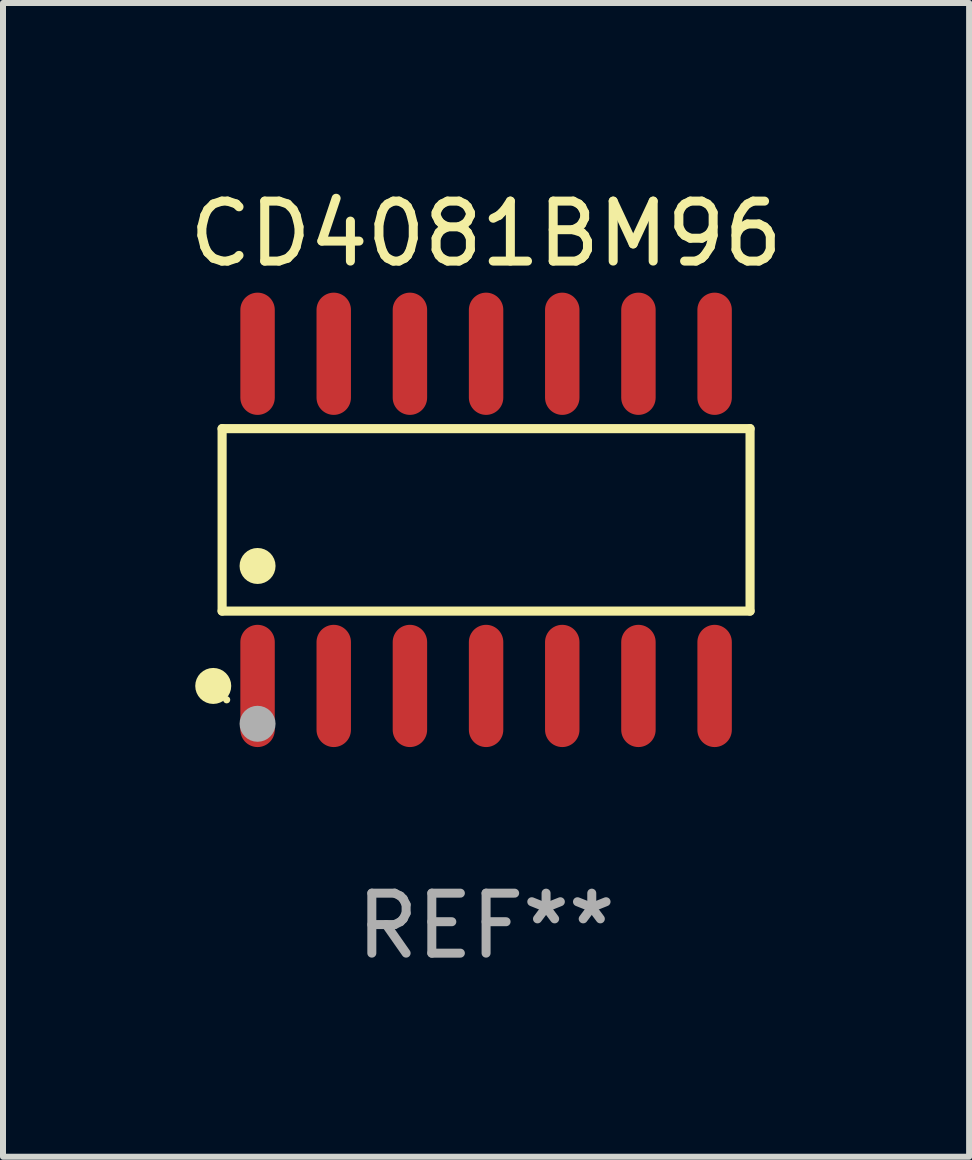
<source format=kicad_pcb>
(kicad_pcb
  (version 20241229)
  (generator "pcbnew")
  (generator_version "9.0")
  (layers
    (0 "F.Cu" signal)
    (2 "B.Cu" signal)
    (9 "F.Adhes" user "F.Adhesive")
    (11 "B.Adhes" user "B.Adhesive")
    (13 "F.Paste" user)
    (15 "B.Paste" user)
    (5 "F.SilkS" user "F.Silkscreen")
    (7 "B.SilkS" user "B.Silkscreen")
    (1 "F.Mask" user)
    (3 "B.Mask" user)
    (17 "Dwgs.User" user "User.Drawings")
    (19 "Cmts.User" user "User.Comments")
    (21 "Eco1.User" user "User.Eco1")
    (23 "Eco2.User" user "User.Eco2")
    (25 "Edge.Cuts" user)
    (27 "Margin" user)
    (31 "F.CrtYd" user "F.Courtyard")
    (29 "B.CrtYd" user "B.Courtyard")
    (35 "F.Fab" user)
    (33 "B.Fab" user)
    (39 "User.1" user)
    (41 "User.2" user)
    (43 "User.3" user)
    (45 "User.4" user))
  (footprint "CD4081BM96"
    (layer "F.Cu")
    (at 5.054 5.617)
    (property "Reference" "CD4081BM96" (at 0 -4.769 0) (layer "F.SilkS") (effects (font (size 1 1) (thickness 0.15))))
    (attr through_hole)
    (fp_line (start -4.401 -1.521) (end 4.401 -1.521) (stroke (width 0.152) (type solid)) (layer "F.SilkS"))
    (fp_line (start -4.401 1.521) (end -4.401 -1.521) (stroke (width 0.152) (type solid)) (layer "F.SilkS"))
    (fp_line (start 4.401 -1.521) (end 4.401 1.521) (stroke (width 0.152) (type solid)) (layer "F.SilkS"))
    (fp_line (start 4.401 1.521) (end -4.401 1.521) (stroke (width 0.152) (type solid)) (layer "F.SilkS"))
    (fp_circle (center -4.549 2.769) (end -4.399 2.769) (stroke (width 0.3) (type solid)) (fill no) (layer "F.SilkS"))
    (fp_circle (center -4.325 3) (end -4.295 3) (stroke (width 0.06) (type solid)) (fill no) (layer "F.SilkS"))
    (fp_circle (center -3.81 0.769) (end -3.66 0.769) (stroke (width 0.3) (type solid)) (fill no) (layer "F.SilkS"))
    (fp_circle (center -3.81 3.4) (end -3.66 3.4) (stroke (width 0.3) (type solid)) (fill no) (layer "F.Fab"))
    (fp_text user "REF**" (at 0 6.769 0) (layer "F.Fab") (effects (font (size 1 1) (thickness 0.15))))
    (pad "1" smd oval (at -3.81 2.769) (size 0.574 2.038) (layers "F.Cu" "F.Mask" "F.Paste"))
    (pad "2" smd oval (at -2.54 2.769) (size 0.574 2.038) (layers "F.Cu" "F.Mask" "F.Paste"))
    (pad "3" smd oval (at -1.27 2.769) (size 0.574 2.038) (layers "F.Cu" "F.Mask" "F.Paste"))
    (pad "4" smd oval (at 0 2.769) (size 0.574 2.038) (layers "F.Cu" "F.Mask" "F.Paste"))
    (pad "5" smd oval (at 1.27 2.769) (size 0.574 2.038) (layers "F.Cu" "F.Mask" "F.Paste"))
    (pad "6" smd oval (at 2.54 2.769) (size 0.574 2.038) (layers "F.Cu" "F.Mask" "F.Paste"))
    (pad "7" smd oval (at 3.81 2.769) (size 0.574 2.038) (layers "F.Cu" "F.Mask" "F.Paste"))
    (pad "8" smd oval (at 3.81 -2.769) (size 0.574 2.038) (layers "F.Cu" "F.Mask" "F.Paste"))
    (pad "9" smd oval (at 2.54 -2.769) (size 0.574 2.038) (layers "F.Cu" "F.Mask" "F.Paste"))
    (pad "10" smd oval (at 1.27 -2.769) (size 0.574 2.038) (layers "F.Cu" "F.Mask" "F.Paste"))
    (pad "11" smd oval (at 0 -2.769) (size 0.574 2.038) (layers "F.Cu" "F.Mask" "F.Paste"))
    (pad "12" smd oval (at -1.27 -2.769) (size 0.574 2.038) (layers "F.Cu" "F.Mask" "F.Paste"))
    (pad "13" smd oval (at -2.54 -2.769) (size 0.574 2.038) (layers "F.Cu" "F.Mask" "F.Paste"))
    (pad "14" smd oval (at -3.81 -2.769) (size 0.574 2.038) (layers "F.Cu" "F.Mask" "F.Paste")))
  (gr_rect
    (start -3 -3)
    (end 13.107 16.235)
    (stroke (width 0.1) (type default))
    (fill no)
    (layer "Edge.Cuts")))
</source>
